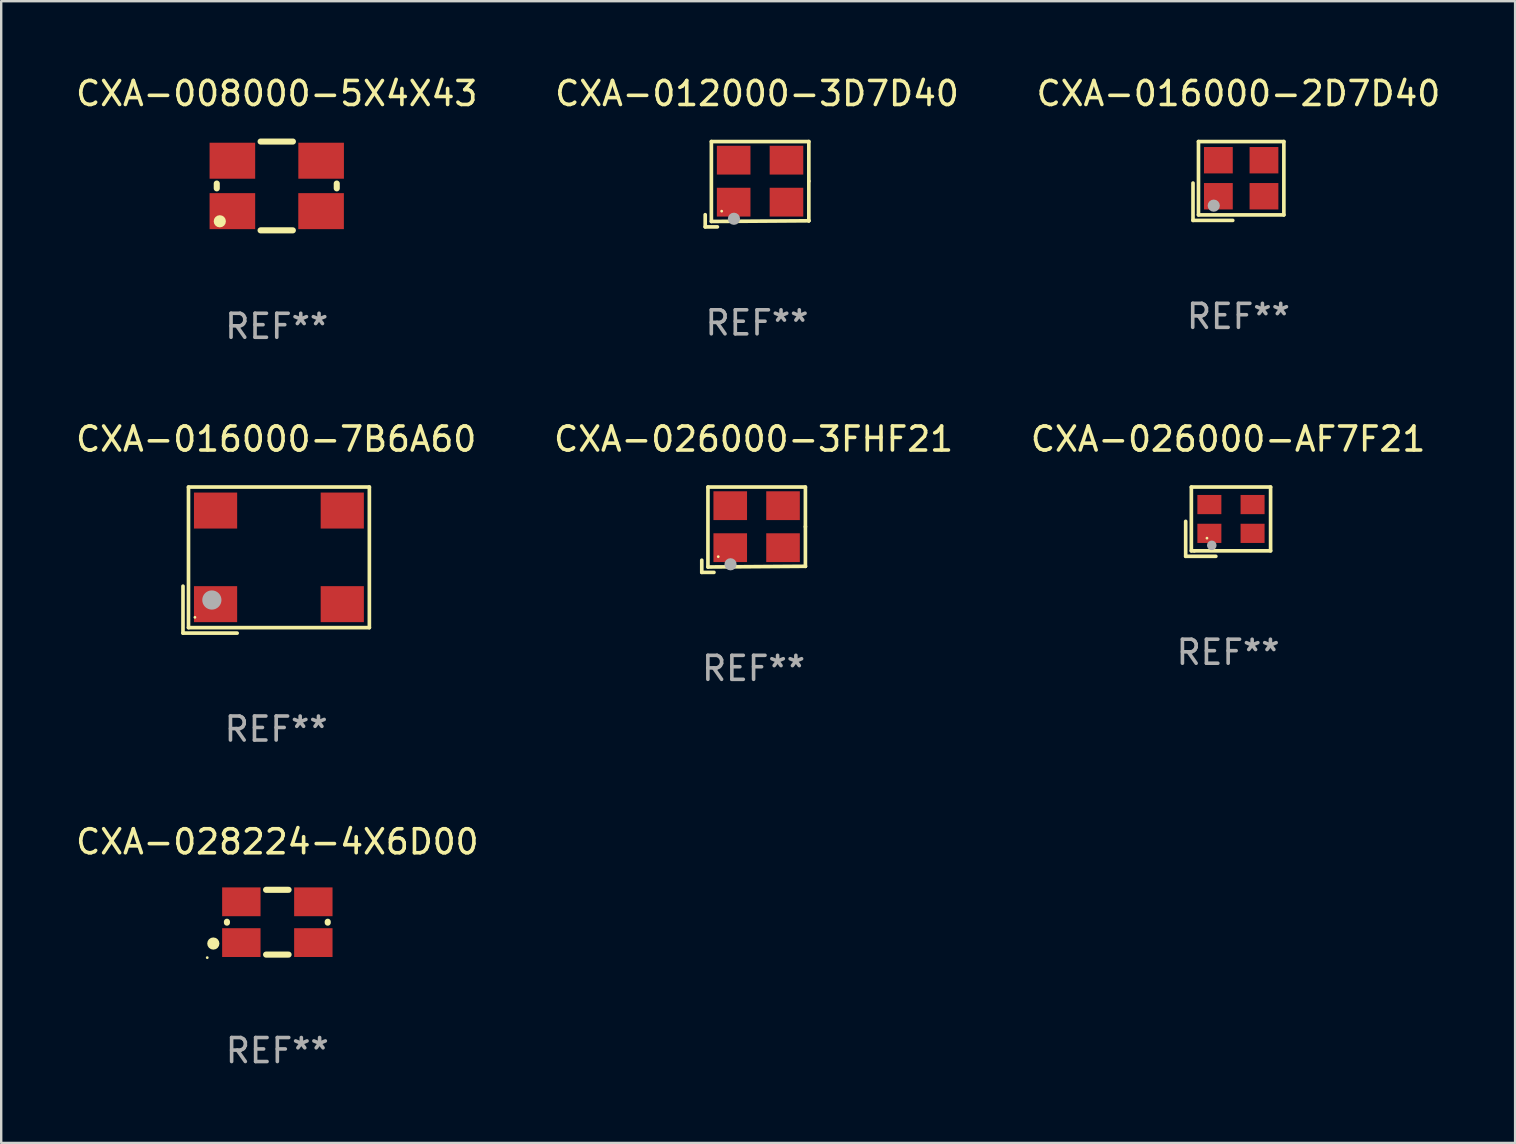
<source format=kicad_pcb>
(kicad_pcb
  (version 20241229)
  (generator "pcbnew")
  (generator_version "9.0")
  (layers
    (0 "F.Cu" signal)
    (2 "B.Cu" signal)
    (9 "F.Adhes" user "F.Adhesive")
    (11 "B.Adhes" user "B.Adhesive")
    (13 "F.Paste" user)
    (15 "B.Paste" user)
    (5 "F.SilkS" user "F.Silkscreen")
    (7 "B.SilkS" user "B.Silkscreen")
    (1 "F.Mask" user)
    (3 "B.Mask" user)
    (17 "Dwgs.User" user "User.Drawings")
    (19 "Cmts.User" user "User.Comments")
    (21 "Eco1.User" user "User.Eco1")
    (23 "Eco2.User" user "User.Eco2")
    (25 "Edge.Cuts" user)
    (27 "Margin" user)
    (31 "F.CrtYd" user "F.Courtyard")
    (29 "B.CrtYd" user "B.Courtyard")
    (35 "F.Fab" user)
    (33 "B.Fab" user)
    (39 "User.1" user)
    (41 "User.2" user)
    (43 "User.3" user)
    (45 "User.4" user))
  (footprint "CXA-016000-7B6A60"
    (layer "F.Cu")
    (at 8.458 20.288)
    (property "Reference" "CXA-016000-7B6A60" (at 0 -5.043 0) (layer "F.SilkS") (effects (font (size 1 1) (thickness 0.15))))
    (attr through_hole)
    (fp_line (start -3.883 1.086) (end -3.883 3.043) (stroke (width 0.152) (type solid)) (layer "F.SilkS"))
    (fp_line (start -3.883 3.043) (end -1.626 3.043) (stroke (width 0.152) (type solid)) (layer "F.SilkS"))
    (fp_line (start -3.654 -3.043) (end 3.883 -3.043) (stroke (width 0.152) (type solid)) (layer "F.SilkS"))
    (fp_line (start -3.654 2.814) (end -3.654 -3.043) (stroke (width 0.152) (type solid)) (layer "F.SilkS"))
    (fp_line (start 3.883 -3.043) (end 3.883 2.814) (stroke (width 0.152) (type solid)) (layer "F.SilkS"))
    (fp_line (start 3.883 2.814) (end -3.654 2.814) (stroke (width 0.152) (type solid)) (layer "F.SilkS"))
    (fp_circle (center -3.386 2.386) (end -3.356 2.386) (stroke (width 0.06) (type solid)) (fill no) (layer "F.SilkS"))
    (fp_circle (center -2.68 1.664) (end -2.48 1.664) (stroke (width 0.4) (type solid)) (fill no) (layer "F.Fab"))
    (fp_text user "REF**" (at 0 7.043 0) (layer "F.Fab") (effects (font (size 1 1) (thickness 0.15))))
    (pad "1" smd rect (at -2.526 1.836) (size 1.8 1.5) (layers "F.Cu" "F.Mask" "F.Paste"))
    (pad "2" smd rect (at 2.754 1.836) (size 1.8 1.5) (layers "F.Cu" "F.Mask" "F.Paste"))
    (pad "3" smd rect (at 2.754 -2.064) (size 1.8 1.5) (layers "F.Cu" "F.Mask" "F.Paste"))
    (pad "4" smd rect (at -2.526 -2.064) (size 1.8 1.5) (layers "F.Cu" "F.Mask" "F.Paste")))
  (footprint "CXA-012000-3D7D40"
    (layer "F.Cu")
    (at 28.494 4.626)
    (property "Reference" "CXA-012000-3D7D40" (at 0 -3.778 0) (layer "F.SilkS") (effects (font (size 1 1) (thickness 0.15))))
    (attr through_hole)
    (fp_line (start -2.159 1.27) (end -2.159 1.778) (stroke (width 0.152) (type solid)) (layer "F.SilkS"))
    (fp_line (start -2.159 1.778) (end -1.651 1.778) (stroke (width 0.152) (type solid)) (layer "F.SilkS"))
    (fp_line (start -1.902 -1.778) (end 2.159 -1.778) (stroke (width 0.152) (type solid)) (layer "F.SilkS"))
    (fp_line (start -1.902 1.552) (end -1.902 -1.778) (stroke (width 0.152) (type solid)) (layer "F.SilkS"))
    (fp_line (start 2.159 -1.778) (end 2.159 -0.127) (stroke (width 0.152) (type solid)) (layer "F.SilkS"))
    (fp_line (start 2.159 -0.127) (end 2.159 1.524) (stroke (width 0.152) (type solid)) (layer "F.SilkS"))
    (fp_line (start 2.159 1.524) (end -1.902 1.552) (stroke (width 0.152) (type solid)) (layer "F.SilkS"))
    (fp_line (start 2.159 1.524) (end 2.159 1.524) (stroke (width 0.152) (type solid)) (layer "F.SilkS"))
    (fp_circle (center -1.473 1.123) (end -1.443 1.123) (stroke (width 0.06) (type solid)) (fill no) (layer "F.SilkS"))
    (fp_circle (center -0.961 1.44) (end -0.834 1.44) (stroke (width 0.254) (type solid)) (fill no) (layer "F.Fab"))
    (fp_text user "REF**" (at 0 5.778 0) (layer "F.Fab") (effects (font (size 1 1) (thickness 0.15))))
    (pad "1" smd rect (at -0.973 0.748) (size 1.4 1.2) (layers "F.Cu" "F.Mask" "F.Paste"))
    (pad "2" smd rect (at 1.227 0.748) (size 1.4 1.2) (layers "F.Cu" "F.Mask" "F.Paste"))
    (pad "3" smd rect (at 1.227 -1.002) (size 1.4 1.2) (layers "F.Cu" "F.Mask" "F.Paste"))
    (pad "4" smd rect (at -0.973 -1.002) (size 1.4 1.2) (layers "F.Cu" "F.Mask" "F.Paste")))
  (footprint "CXA-028224-4X6D00"
    (layer "F.Cu")
    (at 8.506 35.377)
    (property "Reference" "CXA-028224-4X6D00" (at 0 -3.35 0) (layer "F.SilkS") (effects (font (size 1 1) (thickness 0.15))))
    (attr through_hole)
    (fp_line (start -2.1 -0.019) (end -2.1 0.019) (stroke (width 0.254) (type solid)) (layer "F.SilkS"))
    (fp_line (start -0.469 -1.35) (end 0.469 -1.35) (stroke (width 0.254) (type solid)) (layer "F.SilkS"))
    (fp_line (start -0.469 1.35) (end 0.469 1.35) (stroke (width 0.254) (type solid)) (layer "F.SilkS"))
    (fp_line (start 2.1 -0.019) (end 2.1 0.019) (stroke (width 0.254) (type solid)) (layer "F.SilkS"))
    (fp_circle (center -2.921 1.477) (end -2.891 1.477) (stroke (width 0.06) (type solid)) (fill no) (layer "F.SilkS"))
    (fp_circle (center -2.667 0.889) (end -2.54 0.889) (stroke (width 0.254) (type solid)) (fill no) (layer "F.SilkS"))
    (fp_text user "REF**" (at 0 5.35 0) (layer "F.Fab") (effects (font (size 1 1) (thickness 0.15))))
    (pad "1" smd rect (at -1.5 0.85) (size 1.6 1.2) (layers "F.Cu" "F.Mask" "F.Paste"))
    (pad "2" smd rect (at 1.5 0.85) (size 1.6 1.2) (layers "F.Cu" "F.Mask" "F.Paste"))
    (pad "3" smd rect (at 1.5 -0.85) (size 1.6 1.2) (layers "F.Cu" "F.Mask" "F.Paste"))
    (pad "4" smd rect (at -1.5 -0.85) (size 1.6 1.2) (layers "F.Cu" "F.Mask" "F.Paste")))
  (footprint "CXA-026000-3FHF21"
    (layer "F.Cu")
    (at 28.351 19.023)
    (property "Reference" "CXA-026000-3FHF21" (at 0 -3.778 0) (layer "F.SilkS") (effects (font (size 1 1) (thickness 0.15))))
    (attr through_hole)
    (fp_line (start -2.159 1.27) (end -2.159 1.778) (stroke (width 0.152) (type solid)) (layer "F.SilkS"))
    (fp_line (start -2.159 1.778) (end -1.651 1.778) (stroke (width 0.152) (type solid)) (layer "F.SilkS"))
    (fp_line (start -1.902 -1.778) (end 2.159 -1.778) (stroke (width 0.152) (type solid)) (layer "F.SilkS"))
    (fp_line (start -1.902 1.552) (end -1.902 -1.778) (stroke (width 0.152) (type solid)) (layer "F.SilkS"))
    (fp_line (start 2.159 -1.778) (end 2.159 -0.127) (stroke (width 0.152) (type solid)) (layer "F.SilkS"))
    (fp_line (start 2.159 -0.127) (end 2.159 1.524) (stroke (width 0.152) (type solid)) (layer "F.SilkS"))
    (fp_line (start 2.159 1.524) (end -1.902 1.552) (stroke (width 0.152) (type solid)) (layer "F.SilkS"))
    (fp_line (start 2.159 1.524) (end 2.159 1.524) (stroke (width 0.152) (type solid)) (layer "F.SilkS"))
    (fp_circle (center -1.473 1.123) (end -1.443 1.123) (stroke (width 0.06) (type solid)) (fill no) (layer "F.SilkS"))
    (fp_circle (center -0.961 1.44) (end -0.834 1.44) (stroke (width 0.254) (type solid)) (fill no) (layer "F.Fab"))
    (fp_text user "REF**" (at 0 5.778 0) (layer "F.Fab") (effects (font (size 1 1) (thickness 0.15))))
    (pad "1" smd rect (at -0.973 0.748) (size 1.4 1.2) (layers "F.Cu" "F.Mask" "F.Paste"))
    (pad "2" smd rect (at 1.227 0.748) (size 1.4 1.2) (layers "F.Cu" "F.Mask" "F.Paste"))
    (pad "3" smd rect (at 1.227 -1.002) (size 1.4 1.2) (layers "F.Cu" "F.Mask" "F.Paste"))
    (pad "4" smd rect (at -0.973 -1.002) (size 1.4 1.2) (layers "F.Cu" "F.Mask" "F.Paste")))
  (footprint "CXA-016000-2D7D40"
    (layer "F.Cu")
    (at 48.554 4.491)
    (property "Reference" "CXA-016000-2D7D40" (at 0 -3.643 0) (layer "F.SilkS") (effects (font (size 1 1) (thickness 0.15))))
    (attr through_hole)
    (fp_line (start -1.893 0.086) (end -1.893 1.643) (stroke (width 0.152) (type solid)) (layer "F.SilkS"))
    (fp_line (start -1.893 1.643) (end -0.237 1.643) (stroke (width 0.152) (type solid)) (layer "F.SilkS"))
    (fp_line (start -1.665 -1.643) (end 1.893 -1.643) (stroke (width 0.152) (type solid)) (layer "F.SilkS"))
    (fp_line (start -1.665 1.414) (end -1.665 -1.643) (stroke (width 0.152) (type solid)) (layer "F.SilkS"))
    (fp_line (start 1.893 -1.643) (end 1.893 1.414) (stroke (width 0.152) (type solid)) (layer "F.SilkS"))
    (fp_line (start 1.893 1.414) (end -1.665 1.414) (stroke (width 0.152) (type solid)) (layer "F.SilkS"))
    (fp_circle (center -1.136 0.885) (end -1.106 0.885) (stroke (width 0.06) (type solid)) (fill no) (layer "F.SilkS"))
    (fp_circle (center -1.029 1.028) (end -0.902 1.028) (stroke (width 0.254) (type solid)) (fill no) (layer "F.Fab"))
    (fp_text user "REF**" (at 0 5.643 0) (layer "F.Fab") (effects (font (size 1 1) (thickness 0.15))))
    (pad "1" smd rect (at -0.836 0.636) (size 1.2 1.1) (layers "F.Cu" "F.Mask" "F.Paste"))
    (pad "2" smd rect (at 1.064 0.636) (size 1.2 1.1) (layers "F.Cu" "F.Mask" "F.Paste"))
    (pad "3" smd rect (at 1.064 -0.865) (size 1.2 1.1) (layers "F.Cu" "F.Mask" "F.Paste"))
    (pad "4" smd rect (at -0.836 -0.865) (size 1.2 1.1) (layers "F.Cu" "F.Mask" "F.Paste")))
  (footprint "CXA-026000-AF7F21"
    (layer "F.Cu")
    (at 48.125 18.688)
    (property "Reference" "CXA-026000-AF7F21" (at 0 -3.443 0) (layer "F.SilkS") (effects (font (size 1 1) (thickness 0.15))))
    (attr through_hole)
    (fp_line (start -1.769 -0.014) (end -1.769 1.443) (stroke (width 0.152) (type solid)) (layer "F.SilkS"))
    (fp_line (start -1.769 1.443) (end -0.512 1.443) (stroke (width 0.152) (type solid)) (layer "F.SilkS"))
    (fp_line (start -1.533 -1.443) (end 1.769 -1.443) (stroke (width 0.152) (type solid)) (layer "F.SilkS"))
    (fp_line (start -1.533 1.214) (end -1.533 -1.443) (stroke (width 0.152) (type solid)) (layer "F.SilkS"))
    (fp_line (start -1.411 1.214) (end -1.533 1.214) (stroke (width 0.152) (type solid)) (layer "F.SilkS"))
    (fp_line (start 1.769 -1.443) (end 1.769 1.214) (stroke (width 0.152) (type solid)) (layer "F.SilkS"))
    (fp_line (start 1.769 1.214) (end -1.411 1.214) (stroke (width 0.152) (type solid)) (layer "F.SilkS"))
    (fp_circle (center -0.882 0.686) (end -0.852 0.686) (stroke (width 0.06) (type solid)) (fill no) (layer "F.SilkS"))
    (fp_circle (center -0.682 0.986) (end -0.582 0.986) (stroke (width 0.2) (type solid)) (fill no) (layer "F.Fab"))
    (fp_text user "REF**" (at 0 5.443 0) (layer "F.Fab") (effects (font (size 1 1) (thickness 0.15))))
    (pad "1" smd rect (at -0.782 0.486 90) (size 0.8 1) (layers "F.Cu" "F.Mask" "F.Paste"))
    (pad "2" smd rect (at 1.018 0.486 90) (size 0.8 1) (layers "F.Cu" "F.Mask" "F.Paste"))
    (pad "3" smd rect (at 1.018 -0.714 90) (size 0.8 1) (layers "F.Cu" "F.Mask" "F.Paste"))
    (pad "4" smd rect (at -0.782 -0.714 90) (size 0.8 1) (layers "F.Cu" "F.Mask" "F.Paste")))
  (footprint "CXA-008000-5X4X43"
    (layer "F.Cu")
    (at 8.482 4.698)
    (property "Reference" "CXA-008000-5X4X43" (at 0 -3.85 0) (layer "F.SilkS") (effects (font (size 1 1) (thickness 0.15))))
    (attr through_hole)
    (fp_line (start -2.5 -0.1) (end -2.5 0.1) (stroke (width 0.254) (type solid)) (layer "F.SilkS"))
    (fp_line (start -0.673 -1.85) (end 0.673 -1.85) (stroke (width 0.254) (type solid)) (layer "F.SilkS"))
    (fp_line (start 0.671 1.85) (end -0.674 1.85) (stroke (width 0.254) (type solid)) (layer "F.SilkS"))
    (fp_line (start 2.5 -0.1) (end 2.5 0.1) (stroke (width 0.254) (type solid)) (layer "F.SilkS"))
    (fp_circle (center -2.373 1.473) (end -2.246 1.473) (stroke (width 0.254) (type solid)) (fill no) (layer "F.SilkS"))
    (fp_text user "REF**" (at 0 5.85 0) (layer "F.Fab") (effects (font (size 1 1) (thickness 0.15))))
    (pad "1" smd rect (at -1.849 1.05) (size 1.9 1.5) (layers "F.Cu" "F.Mask" "F.Paste"))
    (pad "2" smd rect (at 1.847 1.05) (size 1.9 1.5) (layers "F.Cu" "F.Mask" "F.Paste"))
    (pad "3" smd rect (at 1.849 -1.051 180) (size 1.9 1.5) (layers "F.Cu" "F.Mask" "F.Paste"))
    (pad "4" smd rect (at -1.849 -1.051) (size 1.9 1.5) (layers "F.Cu" "F.Mask" "F.Paste")))
  (gr_rect
    (start -3 -3)
    (end 60.083 44.575)
    (stroke (width 0.1) (type default))
    (fill no)
    (layer "Edge.Cuts")))
</source>
